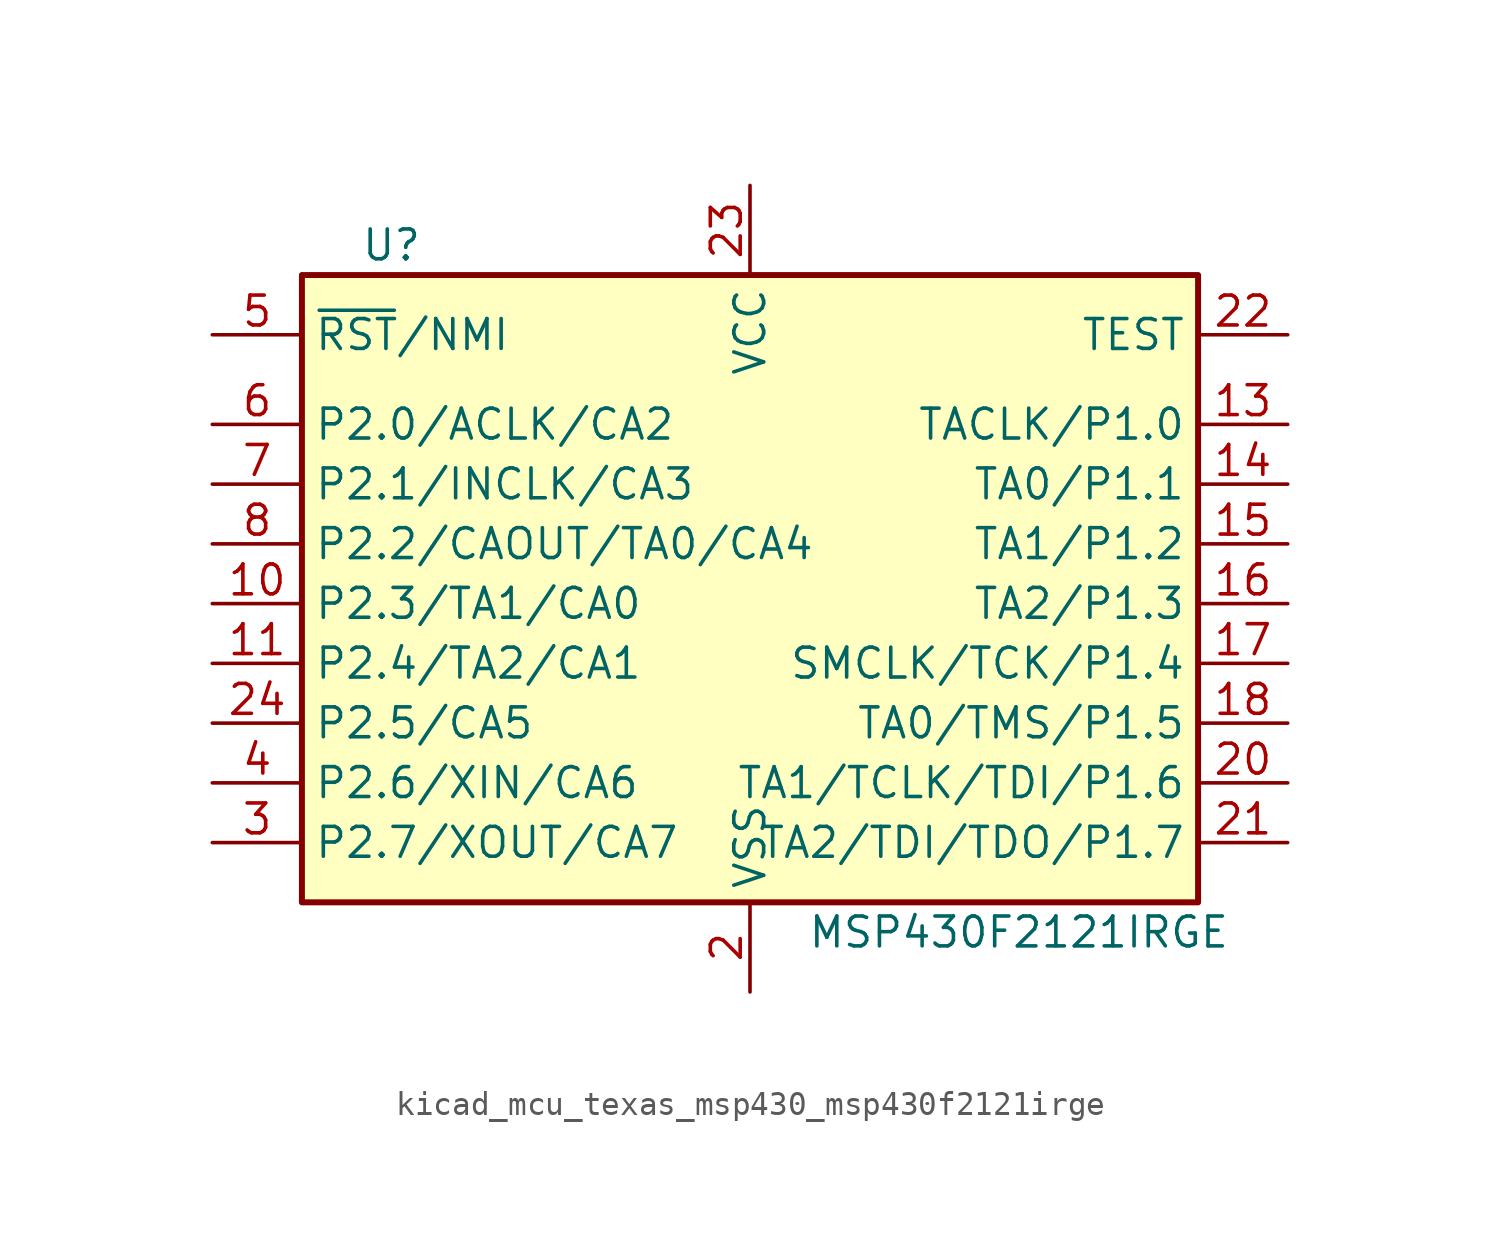
<source format=kicad_sym>
(kicad_symbol_lib
  (version 20220914)
  (generator kicad_symbol_editor)
  (symbol "kicad_mcu_texas_msp430_msp430f2121irge"
    (property "Reference" "U"
      (at -15.24 15.24 0)
      (effects (font (size 1.27 1.27))))
    (property "Value" "MSP430F2121IRGE"
      (at 11.43 -13.97 0)
      (effects (font (size 1.27 1.27))))
    (symbol "kicad_mcu_texas_msp430_msp430f2121irge_0_1"
      (rectangle (start -19.05 13.97) (end 19.05 -12.7) (stroke (width 0.254) (type default)) (fill (type background))))
    (symbol "kicad_mcu_texas_msp430_msp430f2121irge_1_1"
      (pin bidirectional line (at -22.86 0 0) (length 3.81) (name "P2.3/TA1/CA0" (effects (font (size 1.27 1.27)))) (number "10" (effects (font (size 1.27 1.27)))))
      (pin bidirectional line (at -22.86 -2.54 0) (length 3.81) (name "P2.4/TA2/CA1" (effects (font (size 1.27 1.27)))) (number "11" (effects (font (size 1.27 1.27)))))
      (pin bidirectional line (at 22.86 7.62 180) (length 3.81) (name "TACLK/P1.0" (effects (font (size 1.27 1.27)))) (number "13" (effects (font (size 1.27 1.27)))))
      (pin bidirectional line (at 22.86 5.08 180) (length 3.81) (name "TA0/P1.1" (effects (font (size 1.27 1.27)))) (number "14" (effects (font (size 1.27 1.27)))))
      (pin bidirectional line (at 22.86 2.54 180) (length 3.81) (name "TA1/P1.2" (effects (font (size 1.27 1.27)))) (number "15" (effects (font (size 1.27 1.27)))))
      (pin bidirectional line (at 22.86 0 180) (length 3.81) (name "TA2/P1.3" (effects (font (size 1.27 1.27)))) (number "16" (effects (font (size 1.27 1.27)))))
      (pin bidirectional line (at 22.86 -2.54 180) (length 3.81) (name "SMCLK/TCK/P1.4" (effects (font (size 1.27 1.27)))) (number "17" (effects (font (size 1.27 1.27)))))
      (pin bidirectional line (at 22.86 -5.08 180) (length 3.81) (name "TA0/TMS/P1.5" (effects (font (size 1.27 1.27)))) (number "18" (effects (font (size 1.27 1.27)))))
      (pin power_in line (at 0 -16.51 90) (length 3.81) (name "VSS" (effects (font (size 1.27 1.27)))) (number "2" (effects (font (size 1.27 1.27)))))
      (pin bidirectional line (at 22.86 -7.62 180) (length 3.81) (name "TA1/TCLK/TDI/P1.6" (effects (font (size 1.27 1.27)))) (number "20" (effects (font (size 1.27 1.27)))))
      (pin bidirectional line (at 22.86 -10.16 180) (length 3.81) (name "TA2/TDI/TDO/P1.7" (effects (font (size 1.27 1.27)))) (number "21" (effects (font (size 1.27 1.27)))))
      (pin input line (at 22.86 11.43 180) (length 3.81) (name "TEST" (effects (font (size 1.27 1.27)))) (number "22" (effects (font (size 1.27 1.27)))))
      (pin power_in line (at 0 17.78 270) (length 3.81) (name "VCC" (effects (font (size 1.27 1.27)))) (number "23" (effects (font (size 1.27 1.27)))))
      (pin bidirectional line (at -22.86 -5.08 0) (length 3.81) (name "P2.5/CA5" (effects (font (size 1.27 1.27)))) (number "24" (effects (font (size 1.27 1.27)))))
      (pin bidirectional line (at -22.86 -10.16 0) (length 3.81) (name "P2.7/XOUT/CA7" (effects (font (size 1.27 1.27)))) (number "3" (effects (font (size 1.27 1.27)))))
      (pin bidirectional line (at -22.86 -7.62 0) (length 3.81) (name "P2.6/XIN/CA6" (effects (font (size 1.27 1.27)))) (number "4" (effects (font (size 1.27 1.27)))))
      (pin input line (at -22.86 11.43 0) (length 3.81) (name "~{RST}/NMI" (effects (font (size 1.27 1.27)))) (number "5" (effects (font (size 1.27 1.27)))))
      (pin bidirectional line (at -22.86 7.62 0) (length 3.81) (name "P2.0/ACLK/CA2" (effects (font (size 1.27 1.27)))) (number "6" (effects (font (size 1.27 1.27)))))
      (pin bidirectional line (at -22.86 5.08 0) (length 3.81) (name "P2.1/INCLK/CA3" (effects (font (size 1.27 1.27)))) (number "7" (effects (font (size 1.27 1.27)))))
      (pin bidirectional line (at -22.86 2.54 0) (length 3.81) (name "P2.2/CAOUT/TA0/CA4" (effects (font (size 1.27 1.27)))) (number "8" (effects (font (size 1.27 1.27))))))))
</source>
